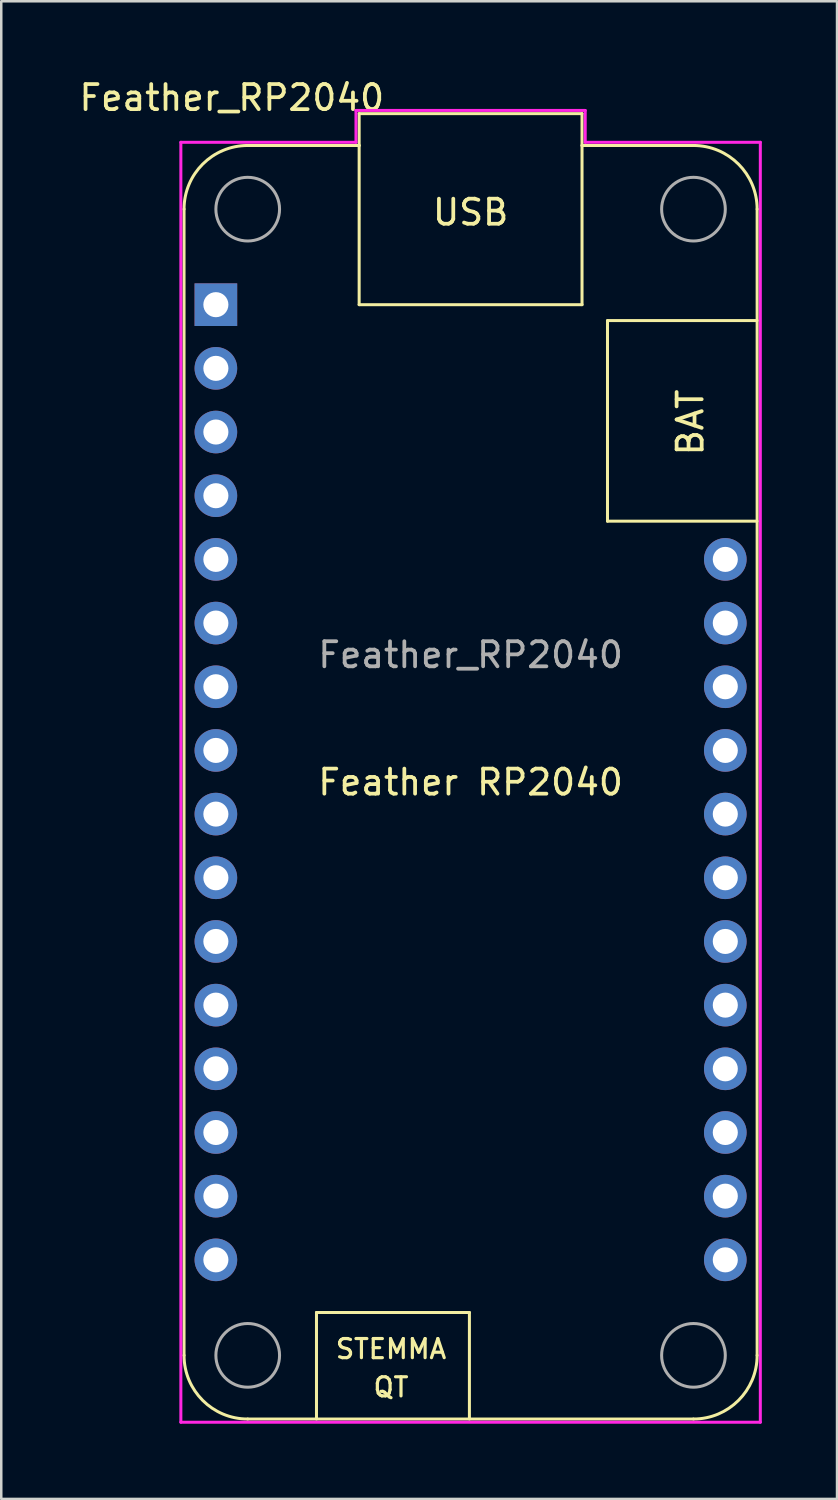
<source format=kicad_pcb>
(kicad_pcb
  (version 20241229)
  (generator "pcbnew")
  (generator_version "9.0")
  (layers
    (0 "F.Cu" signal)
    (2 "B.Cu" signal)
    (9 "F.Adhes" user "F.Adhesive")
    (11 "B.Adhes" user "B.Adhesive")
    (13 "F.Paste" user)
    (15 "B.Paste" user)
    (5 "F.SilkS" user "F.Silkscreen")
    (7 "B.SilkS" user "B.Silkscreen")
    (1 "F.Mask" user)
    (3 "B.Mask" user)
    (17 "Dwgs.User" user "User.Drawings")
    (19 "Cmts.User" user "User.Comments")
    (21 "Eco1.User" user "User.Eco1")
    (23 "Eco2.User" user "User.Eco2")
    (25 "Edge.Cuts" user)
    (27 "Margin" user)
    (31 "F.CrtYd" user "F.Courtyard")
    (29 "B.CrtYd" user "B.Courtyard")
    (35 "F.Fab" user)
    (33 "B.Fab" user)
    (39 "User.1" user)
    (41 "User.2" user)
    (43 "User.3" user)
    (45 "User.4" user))
  (footprint "Feather_RP2040"
    (layer "F.Cu")
    (at 15.721 28.153)
    (property "Reference" "Feather_RP2040" (at -9.525 -27.305 0) (unlocked yes) (layer "F.SilkS") (effects (font (size 1 1) (thickness 0.15))))
    (attr through_hole)
    (fp_line (start -11.43 -22.86) (end -11.43 22.86) (stroke (width 0.12) (type solid)) (layer "F.SilkS"))
    (fp_line (start -8.89 -25.4) (end -4.445 -25.4) (stroke (width 0.12) (type solid)) (layer "F.SilkS"))
    (fp_line (start -8.89 25.4) (end 8.89 25.4) (stroke (width 0.12) (type solid)) (layer "F.SilkS"))
    (fp_line (start -6.147 21.15) (end -0.047 21.15) (stroke (width 0.12) (type solid)) (layer "F.SilkS"))
    (fp_line (start -6.147 25.4) (end -6.147 21.15) (stroke (width 0.12) (type solid)) (layer "F.SilkS"))
    (fp_line (start -4.445 -26.67) (end -4.445 -25.4) (stroke (width 0.12) (type solid)) (layer "F.SilkS"))
    (fp_line (start -4.445 -19.05) (end -4.445 -25.4) (stroke (width 0.12) (type solid)) (layer "F.SilkS"))
    (fp_line (start -0.047 21.15) (end -0.047 25.4) (stroke (width 0.12) (type solid)) (layer "F.SilkS"))
    (fp_line (start 4.445 -26.67) (end -4.445 -26.67) (stroke (width 0.12) (type solid)) (layer "F.SilkS"))
    (fp_line (start 4.445 -25.4) (end 4.445 -26.67) (stroke (width 0.12) (type solid)) (layer "F.SilkS"))
    (fp_line (start 4.445 -25.4) (end 4.445 -19.05) (stroke (width 0.12) (type solid)) (layer "F.SilkS"))
    (fp_line (start 4.445 -19.05) (end -4.445 -19.05) (stroke (width 0.12) (type solid)) (layer "F.SilkS"))
    (fp_line (start 5.461 -18.415) (end 5.461 -10.414) (stroke (width 0.12) (type solid)) (layer "F.SilkS"))
    (fp_line (start 5.461 -10.414) (end 11.43 -10.414) (stroke (width 0.12) (type solid)) (layer "F.SilkS"))
    (fp_line (start 8.89 -25.4) (end 4.445 -25.4) (stroke (width 0.12) (type solid)) (layer "F.SilkS"))
    (fp_line (start 11.43 -22.86) (end 11.43 22.86) (stroke (width 0.12) (type solid)) (layer "F.SilkS"))
    (fp_line (start 11.43 -18.415) (end 5.461 -18.415) (stroke (width 0.12) (type solid)) (layer "F.SilkS"))
    (fp_arc (start -11.43 -22.86) (mid -10.686051 -24.656051) (end -8.89 -25.4) (stroke (width 0.12) (type solid)) (layer "F.SilkS"))
    (fp_arc (start -8.89 25.4) (mid -10.686051 24.656051) (end -11.43 22.86) (stroke (width 0.12) (type solid)) (layer "F.SilkS"))
    (fp_arc (start 8.89 -25.4) (mid 10.686051 -24.656051) (end 11.43 -22.86) (stroke (width 0.12) (type solid)) (layer "F.SilkS"))
    (fp_arc (start 11.430001 22.860001) (mid 10.686052 24.656052) (end 8.890001 25.400001) (stroke (width 0.12) (type solid)) (layer "F.SilkS"))
    (fp_line (start -11.557 -25.527) (end -4.572 -25.527) (stroke (width 0.12) (type solid)) (layer "F.CrtYd"))
    (fp_line (start -11.557 25.527) (end -11.557 -25.527) (stroke (width 0.12) (type solid)) (layer "F.CrtYd"))
    (fp_line (start -4.572 -26.797) (end -4.572 -25.527) (stroke (width 0.12) (type solid)) (layer "F.CrtYd"))
    (fp_line (start 4.572 -26.797) (end -4.572 -26.797) (stroke (width 0.12) (type solid)) (layer "F.CrtYd"))
    (fp_line (start 4.572 -25.527) (end 4.572 -26.797) (stroke (width 0.12) (type solid)) (layer "F.CrtYd"))
    (fp_line (start 4.572 -25.527) (end 11.557 -25.527) (stroke (width 0.12) (type solid)) (layer "F.CrtYd"))
    (fp_line (start 11.557 -25.527) (end 11.557 25.527) (stroke (width 0.12) (type solid)) (layer "F.CrtYd"))
    (fp_line (start 11.557 25.527) (end -11.557 25.527) (stroke (width 0.12) (type solid)) (layer "F.CrtYd"))
    (fp_circle (center -8.89 -22.86) (end -7.62 -22.86) (stroke (width 0.12) (type solid)) (fill no) (layer "F.Fab"))
    (fp_circle (center -8.89 22.86) (end -7.62 22.86) (stroke (width 0.12) (type solid)) (fill no) (layer "F.Fab"))
    (fp_circle (center 8.89 -22.86) (end 10.16 -22.86) (stroke (width 0.12) (type solid)) (fill no) (layer "F.Fab"))
    (fp_circle (center 8.89 22.86) (end 10.16 22.86) (stroke (width 0.12) (type solid)) (fill no) (layer "F.Fab"))
    (fp_text user "BAT" (at 8.763 -14.351 90) (unlocked yes) (layer "F.SilkS") (effects (font (size 1 1) (thickness 0.15))))
    (fp_text user "USB" (at 0 -22.733 0) (unlocked yes) (layer "F.SilkS") (effects (font (size 1 1) (thickness 0.15))))
    (fp_text user "STEMMA" (at -3.175 22.606 0) (unlocked yes) (layer "F.SilkS") (effects (font (size 0.762 0.762) (thickness 0.127))))
    (fp_text user "QT" (at -3.175 24.13 0) (unlocked yes) (layer "F.SilkS") (effects (font (size 0.762 0.762) (thickness 0.127))))
    (fp_text user "Feather RP2040" (at 0 0 0) (unlocked yes) (layer "F.SilkS") (effects (font (size 1 1) (thickness 0.15))))
    (fp_text user "${REFERENCE}" (at 0 -5.08 0) (layer "F.Fab") (effects (font (size 1 1) (thickness 0.15))))
    (pad "1" thru_hole rect (at -10.16 -19.05) (size 1.7 1.7) (drill 1) (layers "*.Cu" "*.Mask"))
    (pad "2" thru_hole circle (at -10.16 -16.51) (size 1.7 1.7) (drill 1) (layers "*.Cu" "*.Mask"))
    (pad "3" thru_hole circle (at -10.16 -13.97) (size 1.7 1.7) (drill 1) (layers "*.Cu" "*.Mask"))
    (pad "4" thru_hole circle (at -10.16 -11.43) (size 1.7 1.7) (drill 1) (layers "*.Cu" "*.Mask"))
    (pad "5" thru_hole circle (at -10.16 -8.89) (size 1.7 1.7) (drill 1) (layers "*.Cu" "*.Mask"))
    (pad "6" thru_hole circle (at -10.16 -6.35) (size 1.7 1.7) (drill 1) (layers "*.Cu" "*.Mask"))
    (pad "7" thru_hole circle (at -10.16 -3.81) (size 1.7 1.7) (drill 1) (layers "*.Cu" "*.Mask"))
    (pad "8" thru_hole circle (at -10.16 -1.27) (size 1.7 1.7) (drill 1) (layers "*.Cu" "*.Mask"))
    (pad "9" thru_hole circle (at -10.16 1.27) (size 1.7 1.7) (drill 1) (layers "*.Cu" "*.Mask"))
    (pad "10" thru_hole circle (at -10.16 3.81) (size 1.7 1.7) (drill 1) (layers "*.Cu" "*.Mask"))
    (pad "11" thru_hole circle (at -10.16 6.35 180) (size 1.7 1.7) (drill 1) (layers "*.Cu" "*.Mask"))
    (pad "12" thru_hole circle (at -10.16 8.89 180) (size 1.7 1.7) (drill 1) (layers "*.Cu" "*.Mask"))
    (pad "13" thru_hole circle (at -10.16 11.43 180) (size 1.7 1.7) (drill 1) (layers "*.Cu" "*.Mask"))
    (pad "14" thru_hole circle (at -10.16 13.97 180) (size 1.7 1.7) (drill 1) (layers "*.Cu" "*.Mask"))
    (pad "15" thru_hole circle (at -10.16 16.51 180) (size 1.7 1.7) (drill 1) (layers "*.Cu" "*.Mask"))
    (pad "16" thru_hole circle (at -10.16 19.05 180) (size 1.7 1.7) (drill 1) (layers "*.Cu" "*.Mask"))
    (pad "17" thru_hole circle (at 10.16 19.05) (size 1.7 1.7) (drill 1) (layers "*.Cu" "*.Mask"))
    (pad "18" thru_hole circle (at 10.16 16.51) (size 1.7 1.7) (drill 1) (layers "*.Cu" "*.Mask"))
    (pad "19" thru_hole circle (at 10.16 13.97) (size 1.7 1.7) (drill 1) (layers "*.Cu" "*.Mask"))
    (pad "20" thru_hole circle (at 10.16 11.43) (size 1.7 1.7) (drill 1) (layers "*.Cu" "*.Mask"))
    (pad "21" thru_hole circle (at 10.16 8.89) (size 1.7 1.7) (drill 1) (layers "*.Cu" "*.Mask"))
    (pad "22" thru_hole circle (at 10.16 6.35) (size 1.7 1.7) (drill 1) (layers "*.Cu" "*.Mask"))
    (pad "23" thru_hole circle (at 10.16 3.81) (size 1.7 1.7) (drill 1) (layers "*.Cu" "*.Mask"))
    (pad "24" thru_hole circle (at 10.16 1.27) (size 1.7 1.7) (drill 1) (layers "*.Cu" "*.Mask"))
    (pad "25" thru_hole circle (at 10.16 -1.27) (size 1.7 1.7) (drill 1) (layers "*.Cu" "*.Mask"))
    (pad "26" thru_hole circle (at 10.16 -3.81) (size 1.7 1.7) (drill 1) (layers "*.Cu" "*.Mask"))
    (pad "27" thru_hole circle (at 10.16 -6.35) (size 1.7 1.7) (drill 1) (layers "*.Cu" "*.Mask"))
    (pad "28" thru_hole circle (at 10.16 -8.89) (size 1.7 1.7) (drill 1) (layers "*.Cu" "*.Mask")))
  (gr_rect
    (start -3 -3)
    (end 30.338 56.74)
    (stroke (width 0.1) (type default))
    (fill no)
    (layer "Edge.Cuts")))
</source>
